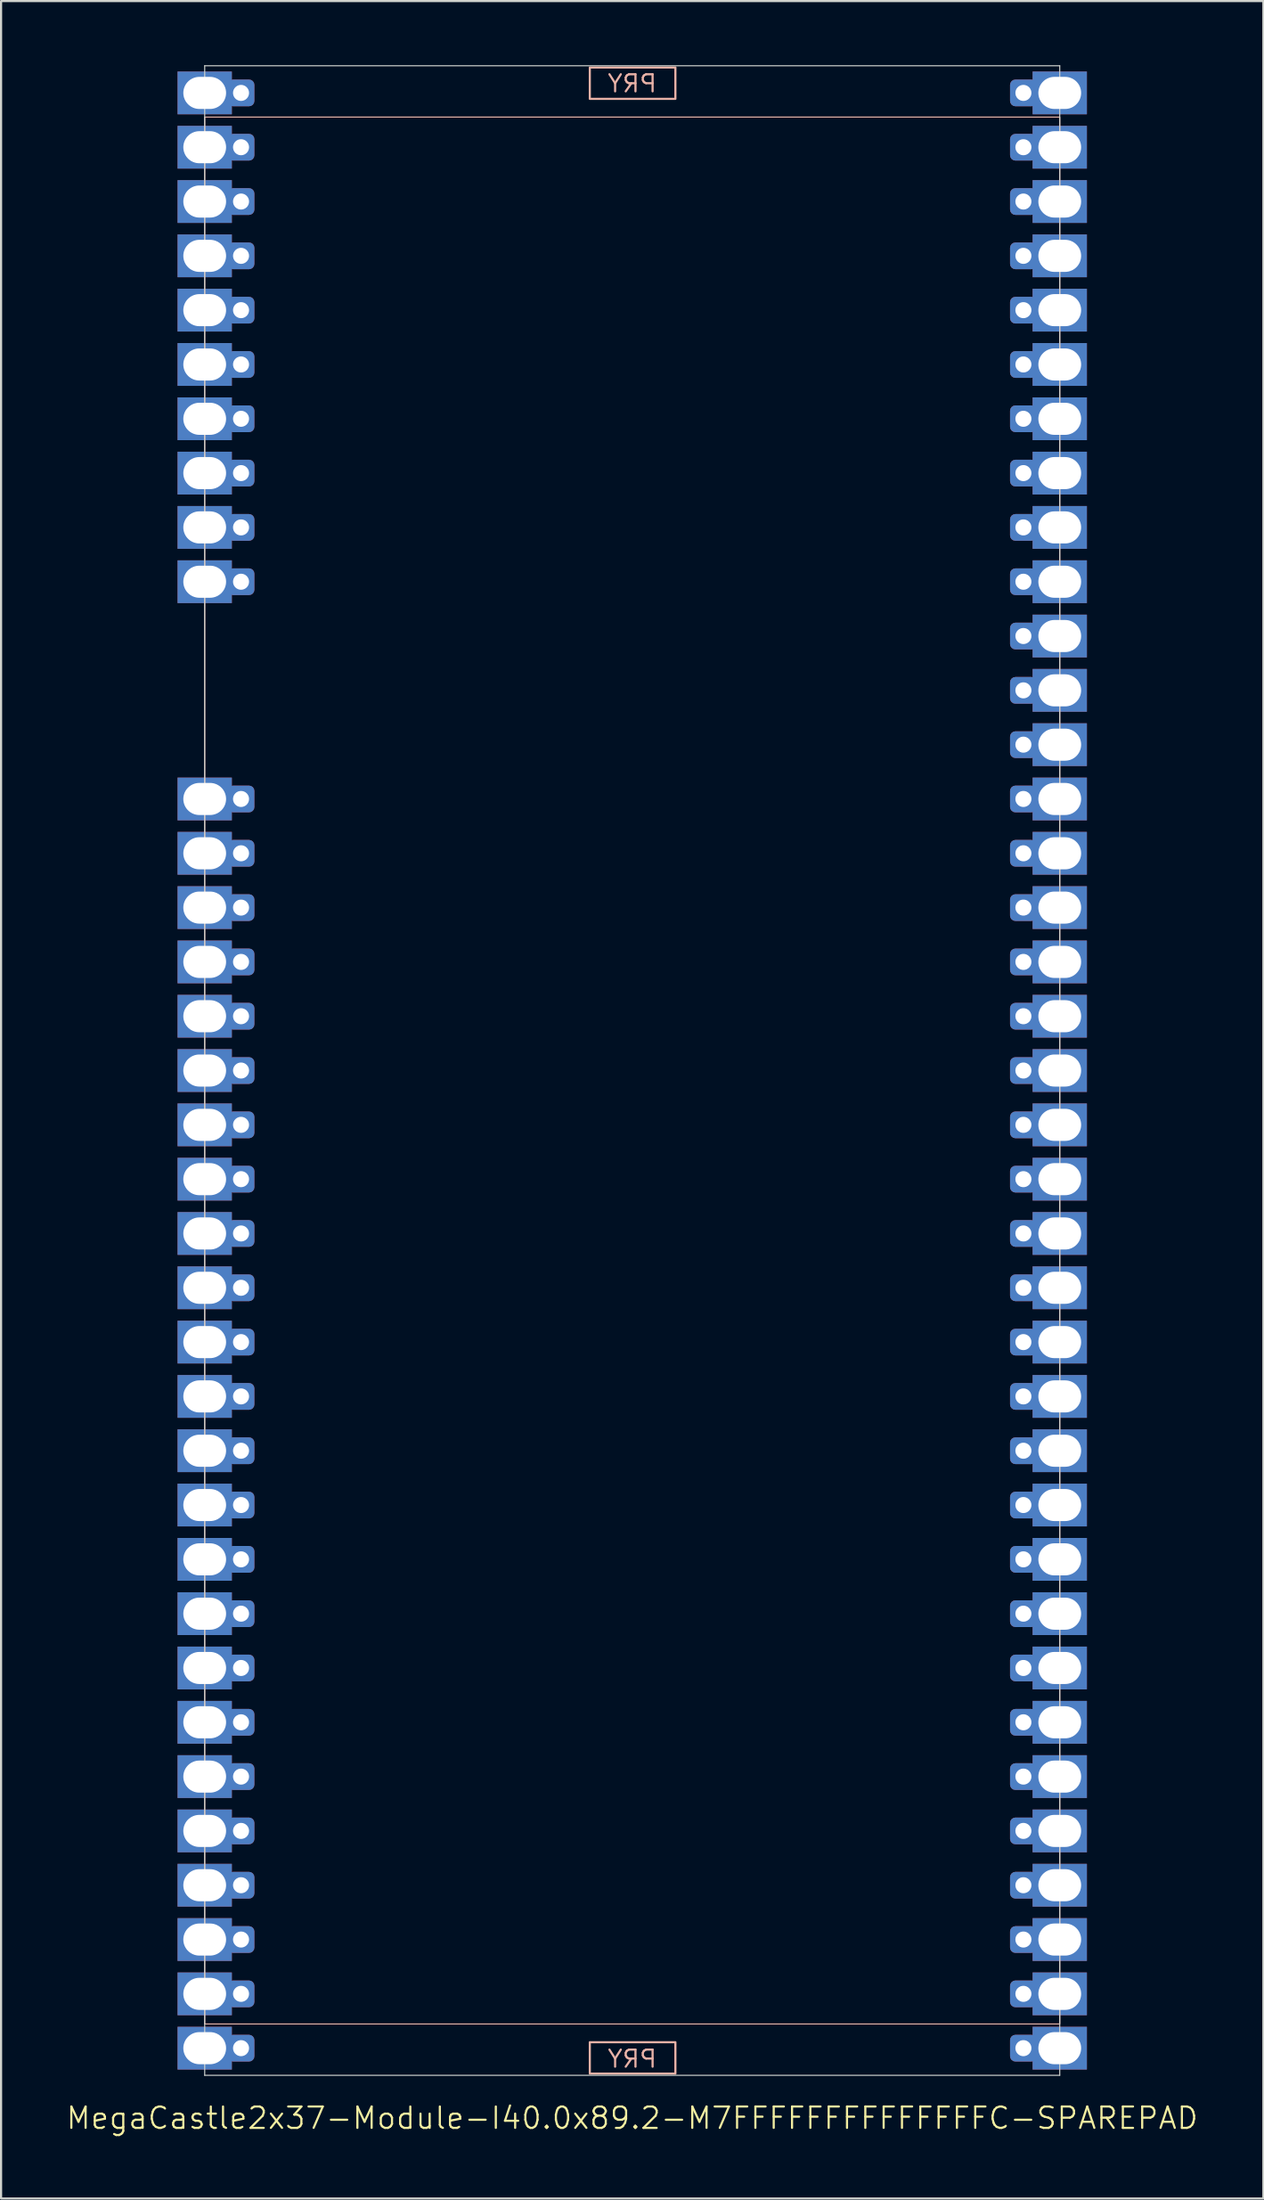
<source format=kicad_pcb>
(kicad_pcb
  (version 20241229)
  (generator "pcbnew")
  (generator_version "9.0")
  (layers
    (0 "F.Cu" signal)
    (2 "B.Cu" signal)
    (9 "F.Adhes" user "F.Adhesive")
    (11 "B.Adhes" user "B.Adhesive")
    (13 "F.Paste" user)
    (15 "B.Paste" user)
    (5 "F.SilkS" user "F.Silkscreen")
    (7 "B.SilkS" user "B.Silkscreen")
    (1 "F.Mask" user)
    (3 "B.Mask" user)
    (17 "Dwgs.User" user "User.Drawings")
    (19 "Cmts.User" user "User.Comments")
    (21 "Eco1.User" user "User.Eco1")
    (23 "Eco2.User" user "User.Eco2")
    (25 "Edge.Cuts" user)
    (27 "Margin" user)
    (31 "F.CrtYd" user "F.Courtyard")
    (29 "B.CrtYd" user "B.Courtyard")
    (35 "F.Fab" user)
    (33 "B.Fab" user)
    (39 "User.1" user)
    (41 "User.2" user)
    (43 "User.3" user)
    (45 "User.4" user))
  (footprint "MegaCastle2x37-Module-I40.0x89.2-M7FFFFFFFFFFFFFFC-SPAREPAD"
    (layer "F.Cu")
    (at 26.526 47.015)
    (property "Reference" "MegaCastle2x37-Module-I40.0x89.2-M7FFFFFFFFFFFFFFC-SPAREPAD" (at 0 48.99 0) (unlocked yes) (layer "F.SilkS") (effects (font (size 1 1) (thickness 0.1))))
    (attr smd)
    (fp_rect (start -20 44.59) (end 20 -44.59) (stroke (width 0.05) (type default)) (fill no) (layer "B.SilkS"))
    (fp_rect (start -1.984 -45.441) (end 2.02 -46.91) (stroke (width 0.1) (type default)) (fill no) (layer "B.SilkS"))
    (fp_rect (start -1.984 45.441) (end 2.02 46.91) (stroke (width 0.1) (type default)) (fill no) (layer "B.SilkS"))
    (fp_line (start -20 -46.99) (end -20 46.99) (stroke (width 0.05) (type default)) (layer "Edge.Cuts"))
    (fp_line (start -20 -46.99) (end 20 -46.99) (stroke (width 0.05) (type default)) (layer "Edge.Cuts"))
    (fp_line (start -20 46.99) (end 20 46.99) (stroke (width 0.05) (type default)) (layer "Edge.Cuts"))
    (fp_line (start 20 -46.99) (end 20 46.99) (stroke (width 0.05) (type default)) (layer "Edge.Cuts"))
    (fp_text user "PRY" (at 0 -45.69 0) (unlocked yes) (layer "B.SilkS") (effects (font (size 0.8 0.8) (thickness 0.1)) (justify bottom mirror)))
    (fp_text user "PRY" (at 0 46.69 0) (unlocked yes) (layer "B.SilkS") (effects (font (size 0.8 0.8) (thickness 0.1)) (justify bottom mirror)))
    (pad "1" thru_hole rect (at -20 -45.72) (size 2.54 2) (drill oval 2 1.5) (property pad_prop_castellated) (layers "*.Cu" "*.Mask"))
    (pad "1" thru_hole roundrect (at -18.3 -45.72 180) (size 1.25 1.25) (drill 0.75) (layers "*.Cu" "*.Mask") (roundrect_rratio 0.2))
    (pad "2" thru_hole rect (at -20 -43.18) (size 2.54 2) (drill oval 2 1.5) (property pad_prop_castellated) (layers "*.Cu" "*.Mask"))
    (pad "2" thru_hole roundrect (at -18.3 -43.18 180) (size 1.25 1.25) (drill 0.75) (layers "*.Cu" "*.Mask") (roundrect_rratio 0.2))
    (pad "3" thru_hole rect (at -20 -40.64) (size 2.54 2) (drill oval 2 1.5) (property pad_prop_castellated) (layers "*.Cu" "*.Mask"))
    (pad "3" thru_hole roundrect (at -18.3 -40.64 180) (size 1.25 1.25) (drill 0.75) (layers "*.Cu" "*.Mask") (roundrect_rratio 0.2))
    (pad "4" thru_hole rect (at -20 -38.1) (size 2.54 2) (drill oval 2 1.5) (property pad_prop_castellated) (layers "*.Cu" "*.Mask"))
    (pad "4" thru_hole roundrect (at -18.3 -38.1 180) (size 1.25 1.25) (drill 0.75) (layers "*.Cu" "*.Mask") (roundrect_rratio 0.2))
    (pad "5" thru_hole rect (at -20 -35.56) (size 2.54 2) (drill oval 2 1.5) (property pad_prop_castellated) (layers "*.Cu" "*.Mask"))
    (pad "5" thru_hole roundrect (at -18.3 -35.56 180) (size 1.25 1.25) (drill 0.75) (layers "*.Cu" "*.Mask") (roundrect_rratio 0.2))
    (pad "6" thru_hole rect (at -20 -33.02) (size 2.54 2) (drill oval 2 1.5) (property pad_prop_castellated) (layers "*.Cu" "*.Mask"))
    (pad "6" thru_hole roundrect (at -18.3 -33.02 180) (size 1.25 1.25) (drill 0.75) (layers "*.Cu" "*.Mask") (roundrect_rratio 0.2))
    (pad "7" thru_hole rect (at -20 -30.48) (size 2.54 2) (drill oval 2 1.5) (property pad_prop_castellated) (layers "*.Cu" "*.Mask"))
    (pad "7" thru_hole roundrect (at -18.3 -30.48 180) (size 1.25 1.25) (drill 0.75) (layers "*.Cu" "*.Mask") (roundrect_rratio 0.2))
    (pad "8" thru_hole rect (at -20 -27.94) (size 2.54 2) (drill oval 2 1.5) (property pad_prop_castellated) (layers "*.Cu" "*.Mask"))
    (pad "8" thru_hole roundrect (at -18.3 -27.94 180) (size 1.25 1.25) (drill 0.75) (layers "*.Cu" "*.Mask") (roundrect_rratio 0.2))
    (pad "9" thru_hole rect (at -20 -25.4) (size 2.54 2) (drill oval 2 1.5) (property pad_prop_castellated) (layers "*.Cu" "*.Mask"))
    (pad "9" thru_hole roundrect (at -18.3 -25.4 180) (size 1.25 1.25) (drill 0.75) (layers "*.Cu" "*.Mask") (roundrect_rratio 0.2))
    (pad "10" thru_hole rect (at -20 -22.86) (size 2.54 2) (drill oval 2 1.5) (property pad_prop_castellated) (layers "*.Cu" "*.Mask"))
    (pad "10" thru_hole roundrect (at -18.3 -22.86 180) (size 1.25 1.25) (drill 0.75) (layers "*.Cu" "*.Mask") (roundrect_rratio 0.2))
    (pad "14" thru_hole rect (at -20 -12.7) (size 2.54 2) (drill oval 2 1.5) (property pad_prop_castellated) (layers "*.Cu" "*.Mask"))
    (pad "14" thru_hole roundrect (at -18.3 -12.7 180) (size 1.25 1.25) (drill 0.75) (layers "*.Cu" "*.Mask") (roundrect_rratio 0.2))
    (pad "15" thru_hole rect (at -20 -10.16) (size 2.54 2) (drill oval 2 1.5) (property pad_prop_castellated) (layers "*.Cu" "*.Mask"))
    (pad "15" thru_hole roundrect (at -18.3 -10.16 180) (size 1.25 1.25) (drill 0.75) (layers "*.Cu" "*.Mask") (roundrect_rratio 0.2))
    (pad "16" thru_hole rect (at -20 -7.62) (size 2.54 2) (drill oval 2 1.5) (property pad_prop_castellated) (layers "*.Cu" "*.Mask"))
    (pad "16" thru_hole roundrect (at -18.3 -7.62 180) (size 1.25 1.25) (drill 0.75) (layers "*.Cu" "*.Mask") (roundrect_rratio 0.2))
    (pad "17" thru_hole rect (at -20 -5.08) (size 2.54 2) (drill oval 2 1.5) (property pad_prop_castellated) (layers "*.Cu" "*.Mask"))
    (pad "17" thru_hole roundrect (at -18.3 -5.08 180) (size 1.25 1.25) (drill 0.75) (layers "*.Cu" "*.Mask") (roundrect_rratio 0.2))
    (pad "18" thru_hole rect (at -20 -2.54) (size 2.54 2) (drill oval 2 1.5) (property pad_prop_castellated) (layers "*.Cu" "*.Mask"))
    (pad "18" thru_hole roundrect (at -18.3 -2.54 180) (size 1.25 1.25) (drill 0.75) (layers "*.Cu" "*.Mask") (roundrect_rratio 0.2))
    (pad "19" thru_hole rect (at -20 0) (size 2.54 2) (drill oval 2 1.5) (property pad_prop_castellated) (layers "*.Cu" "*.Mask"))
    (pad "19" thru_hole roundrect (at -18.3 0 180) (size 1.25 1.25) (drill 0.75) (layers "*.Cu" "*.Mask") (roundrect_rratio 0.2))
    (pad "20" thru_hole rect (at -20 2.54) (size 2.54 2) (drill oval 2 1.5) (property pad_prop_castellated) (layers "*.Cu" "*.Mask"))
    (pad "20" thru_hole roundrect (at -18.3 2.54 180) (size 1.25 1.25) (drill 0.75) (layers "*.Cu" "*.Mask") (roundrect_rratio 0.2))
    (pad "21" thru_hole rect (at -20 5.08) (size 2.54 2) (drill oval 2 1.5) (property pad_prop_castellated) (layers "*.Cu" "*.Mask"))
    (pad "21" thru_hole roundrect (at -18.3 5.08 180) (size 1.25 1.25) (drill 0.75) (layers "*.Cu" "*.Mask") (roundrect_rratio 0.2))
    (pad "22" thru_hole rect (at -20 7.62) (size 2.54 2) (drill oval 2 1.5) (property pad_prop_castellated) (layers "*.Cu" "*.Mask"))
    (pad "22" thru_hole roundrect (at -18.3 7.62 180) (size 1.25 1.25) (drill 0.75) (layers "*.Cu" "*.Mask") (roundrect_rratio 0.2))
    (pad "23" thru_hole rect (at -20 10.16) (size 2.54 2) (drill oval 2 1.5) (property pad_prop_castellated) (layers "*.Cu" "*.Mask"))
    (pad "23" thru_hole roundrect (at -18.3 10.16 180) (size 1.25 1.25) (drill 0.75) (layers "*.Cu" "*.Mask") (roundrect_rratio 0.2))
    (pad "24" thru_hole rect (at -20 12.7) (size 2.54 2) (drill oval 2 1.5) (property pad_prop_castellated) (layers "*.Cu" "*.Mask"))
    (pad "24" thru_hole roundrect (at -18.3 12.7 180) (size 1.25 1.25) (drill 0.75) (layers "*.Cu" "*.Mask") (roundrect_rratio 0.2))
    (pad "25" thru_hole rect (at -20 15.24) (size 2.54 2) (drill oval 2 1.5) (property pad_prop_castellated) (layers "*.Cu" "*.Mask"))
    (pad "25" thru_hole roundrect (at -18.3 15.24 180) (size 1.25 1.25) (drill 0.75) (layers "*.Cu" "*.Mask") (roundrect_rratio 0.2))
    (pad "26" thru_hole rect (at -20 17.78) (size 2.54 2) (drill oval 2 1.5) (property pad_prop_castellated) (layers "*.Cu" "*.Mask"))
    (pad "26" thru_hole roundrect (at -18.3 17.78 180) (size 1.25 1.25) (drill 0.75) (layers "*.Cu" "*.Mask") (roundrect_rratio 0.2))
    (pad "27" thru_hole rect (at -20 20.32) (size 2.54 2) (drill oval 2 1.5) (property pad_prop_castellated) (layers "*.Cu" "*.Mask"))
    (pad "27" thru_hole roundrect (at -18.3 20.32 180) (size 1.25 1.25) (drill 0.75) (layers "*.Cu" "*.Mask") (roundrect_rratio 0.2))
    (pad "28" thru_hole rect (at -20 22.86) (size 2.54 2) (drill oval 2 1.5) (property pad_prop_castellated) (layers "*.Cu" "*.Mask"))
    (pad "28" thru_hole roundrect (at -18.3 22.86 180) (size 1.25 1.25) (drill 0.75) (layers "*.Cu" "*.Mask") (roundrect_rratio 0.2))
    (pad "29" thru_hole rect (at -20 25.4) (size 2.54 2) (drill oval 2 1.5) (property pad_prop_castellated) (layers "*.Cu" "*.Mask"))
    (pad "29" thru_hole roundrect (at -18.3 25.4 180) (size 1.25 1.25) (drill 0.75) (layers "*.Cu" "*.Mask") (roundrect_rratio 0.2))
    (pad "30" thru_hole rect (at -20 27.94) (size 2.54 2) (drill oval 2 1.5) (property pad_prop_castellated) (layers "*.Cu" "*.Mask"))
    (pad "30" thru_hole roundrect (at -18.3 27.94 180) (size 1.25 1.25) (drill 0.75) (layers "*.Cu" "*.Mask") (roundrect_rratio 0.2))
    (pad "31" thru_hole rect (at -20 30.48) (size 2.54 2) (drill oval 2 1.5) (property pad_prop_castellated) (layers "*.Cu" "*.Mask"))
    (pad "31" thru_hole roundrect (at -18.3 30.48 180) (size 1.25 1.25) (drill 0.75) (layers "*.Cu" "*.Mask") (roundrect_rratio 0.2))
    (pad "32" thru_hole rect (at -20 33.02) (size 2.54 2) (drill oval 2 1.5) (property pad_prop_castellated) (layers "*.Cu" "*.Mask"))
    (pad "32" thru_hole roundrect (at -18.3 33.02 180) (size 1.25 1.25) (drill 0.75) (layers "*.Cu" "*.Mask") (roundrect_rratio 0.2))
    (pad "33" thru_hole rect (at -20 35.56) (size 2.54 2) (drill oval 2 1.5) (property pad_prop_castellated) (layers "*.Cu" "*.Mask"))
    (pad "33" thru_hole roundrect (at -18.3 35.56 180) (size 1.25 1.25) (drill 0.75) (layers "*.Cu" "*.Mask") (roundrect_rratio 0.2))
    (pad "34" thru_hole rect (at -20 38.1) (size 2.54 2) (drill oval 2 1.5) (property pad_prop_castellated) (layers "*.Cu" "*.Mask"))
    (pad "34" thru_hole roundrect (at -18.3 38.1 180) (size 1.25 1.25) (drill 0.75) (layers "*.Cu" "*.Mask") (roundrect_rratio 0.2))
    (pad "35" thru_hole rect (at -20 40.64) (size 2.54 2) (drill oval 2 1.5) (property pad_prop_castellated) (layers "*.Cu" "*.Mask"))
    (pad "35" thru_hole roundrect (at -18.3 40.64 180) (size 1.25 1.25) (drill 0.75) (layers "*.Cu" "*.Mask") (roundrect_rratio 0.2))
    (pad "36" thru_hole rect (at -20 43.18) (size 2.54 2) (drill oval 2 1.5) (property pad_prop_castellated) (layers "*.Cu" "*.Mask"))
    (pad "36" thru_hole roundrect (at -18.3 43.18 180) (size 1.25 1.25) (drill 0.75) (layers "*.Cu" "*.Mask") (roundrect_rratio 0.2))
    (pad "37" thru_hole rect (at -20 45.72) (size 2.54 2) (drill oval 2 1.5) (property pad_prop_castellated) (layers "*.Cu" "*.Mask"))
    (pad "37" thru_hole roundrect (at -18.3 45.72 180) (size 1.25 1.25) (drill 0.75) (layers "*.Cu" "*.Mask") (roundrect_rratio 0.2))
    (pad "38" thru_hole roundrect (at 18.3 -45.72 180) (size 1.25 1.25) (drill 0.75) (layers "*.Cu" "*.Mask") (roundrect_rratio 0.2))
    (pad "38" thru_hole rect (at 20 -45.72) (size 2.54 2) (drill oval 2 1.5) (property pad_prop_castellated) (layers "*.Cu" "*.Mask"))
    (pad "39" thru_hole roundrect (at 18.3 -43.18 180) (size 1.25 1.25) (drill 0.75) (layers "*.Cu" "*.Mask") (roundrect_rratio 0.2))
    (pad "39" thru_hole rect (at 20 -43.18) (size 2.54 2) (drill oval 2 1.5) (property pad_prop_castellated) (layers "*.Cu" "*.Mask"))
    (pad "40" thru_hole roundrect (at 18.3 -40.64 180) (size 1.25 1.25) (drill 0.75) (layers "*.Cu" "*.Mask") (roundrect_rratio 0.2))
    (pad "40" thru_hole rect (at 20 -40.64) (size 2.54 2) (drill oval 2 1.5) (property pad_prop_castellated) (layers "*.Cu" "*.Mask"))
    (pad "41" thru_hole roundrect (at 18.3 -38.1 180) (size 1.25 1.25) (drill 0.75) (layers "*.Cu" "*.Mask") (roundrect_rratio 0.2))
    (pad "41" thru_hole rect (at 20 -38.1) (size 2.54 2) (drill oval 2 1.5) (property pad_prop_castellated) (layers "*.Cu" "*.Mask"))
    (pad "42" thru_hole roundrect (at 18.3 -35.56 180) (size 1.25 1.25) (drill 0.75) (layers "*.Cu" "*.Mask") (roundrect_rratio 0.2))
    (pad "42" thru_hole rect (at 20 -35.56) (size 2.54 2) (drill oval 2 1.5) (property pad_prop_castellated) (layers "*.Cu" "*.Mask"))
    (pad "43" thru_hole roundrect (at 18.3 -33.02 180) (size 1.25 1.25) (drill 0.75) (layers "*.Cu" "*.Mask") (roundrect_rratio 0.2))
    (pad "43" thru_hole rect (at 20 -33.02) (size 2.54 2) (drill oval 2 1.5) (property pad_prop_castellated) (layers "*.Cu" "*.Mask"))
    (pad "44" thru_hole roundrect (at 18.3 -30.48 180) (size 1.25 1.25) (drill 0.75) (layers "*.Cu" "*.Mask") (roundrect_rratio 0.2))
    (pad "44" thru_hole rect (at 20 -30.48) (size 2.54 2) (drill oval 2 1.5) (property pad_prop_castellated) (layers "*.Cu" "*.Mask"))
    (pad "45" thru_hole roundrect (at 18.3 -27.94 180) (size 1.25 1.25) (drill 0.75) (layers "*.Cu" "*.Mask") (roundrect_rratio 0.2))
    (pad "45" thru_hole rect (at 20 -27.94) (size 2.54 2) (drill oval 2 1.5) (property pad_prop_castellated) (layers "*.Cu" "*.Mask"))
    (pad "46" thru_hole roundrect (at 18.3 -25.4 180) (size 1.25 1.25) (drill 0.75) (layers "*.Cu" "*.Mask") (roundrect_rratio 0.2))
    (pad "46" thru_hole rect (at 20 -25.4) (size 2.54 2) (drill oval 2 1.5) (property pad_prop_castellated) (layers "*.Cu" "*.Mask"))
    (pad "47" thru_hole roundrect (at 18.3 -22.86 180) (size 1.25 1.25) (drill 0.75) (layers "*.Cu" "*.Mask") (roundrect_rratio 0.2))
    (pad "47" thru_hole rect (at 20 -22.86) (size 2.54 2) (drill oval 2 1.5) (property pad_prop_castellated) (layers "*.Cu" "*.Mask"))
    (pad "48" thru_hole roundrect (at 18.3 -20.32 180) (size 1.25 1.25) (drill 0.75) (layers "*.Cu" "*.Mask") (roundrect_rratio 0.2))
    (pad "48" thru_hole rect (at 20 -20.32) (size 2.54 2) (drill oval 2 1.5) (property pad_prop_castellated) (layers "*.Cu" "*.Mask"))
    (pad "49" thru_hole roundrect (at 18.3 -17.78 180) (size 1.25 1.25) (drill 0.75) (layers "*.Cu" "*.Mask") (roundrect_rratio 0.2))
    (pad "49" thru_hole rect (at 20 -17.78) (size 2.54 2) (drill oval 2 1.5) (property pad_prop_castellated) (layers "*.Cu" "*.Mask"))
    (pad "50" thru_hole roundrect (at 18.3 -15.24 180) (size 1.25 1.25) (drill 0.75) (layers "*.Cu" "*.Mask") (roundrect_rratio 0.2))
    (pad "50" thru_hole rect (at 20 -15.24) (size 2.54 2) (drill oval 2 1.5) (property pad_prop_castellated) (layers "*.Cu" "*.Mask"))
    (pad "51" thru_hole roundrect (at 18.3 -12.7 180) (size 1.25 1.25) (drill 0.75) (layers "*.Cu" "*.Mask") (roundrect_rratio 0.2))
    (pad "51" thru_hole rect (at 20 -12.7) (size 2.54 2) (drill oval 2 1.5) (property pad_prop_castellated) (layers "*.Cu" "*.Mask"))
    (pad "52" thru_hole roundrect (at 18.3 -10.16 180) (size 1.25 1.25) (drill 0.75) (layers "*.Cu" "*.Mask") (roundrect_rratio 0.2))
    (pad "52" thru_hole rect (at 20 -10.16) (size 2.54 2) (drill oval 2 1.5) (property pad_prop_castellated) (layers "*.Cu" "*.Mask"))
    (pad "53" thru_hole roundrect (at 18.3 -7.62 180) (size 1.25 1.25) (drill 0.75) (layers "*.Cu" "*.Mask") (roundrect_rratio 0.2))
    (pad "53" thru_hole rect (at 20 -7.62) (size 2.54 2) (drill oval 2 1.5) (property pad_prop_castellated) (layers "*.Cu" "*.Mask"))
    (pad "54" thru_hole roundrect (at 18.3 -5.08 180) (size 1.25 1.25) (drill 0.75) (layers "*.Cu" "*.Mask") (roundrect_rratio 0.2))
    (pad "54" thru_hole rect (at 20 -5.08) (size 2.54 2) (drill oval 2 1.5) (property pad_prop_castellated) (layers "*.Cu" "*.Mask"))
    (pad "55" thru_hole roundrect (at 18.3 -2.54 180) (size 1.25 1.25) (drill 0.75) (layers "*.Cu" "*.Mask") (roundrect_rratio 0.2))
    (pad "55" thru_hole rect (at 20 -2.54) (size 2.54 2) (drill oval 2 1.5) (property pad_prop_castellated) (layers "*.Cu" "*.Mask"))
    (pad "56" thru_hole roundrect (at 18.3 0 180) (size 1.25 1.25) (drill 0.75) (layers "*.Cu" "*.Mask") (roundrect_rratio 0.2))
    (pad "56" thru_hole rect (at 20 0) (size 2.54 2) (drill oval 2 1.5) (property pad_prop_castellated) (layers "*.Cu" "*.Mask"))
    (pad "57" thru_hole roundrect (at 18.3 2.54 180) (size 1.25 1.25) (drill 0.75) (layers "*.Cu" "*.Mask") (roundrect_rratio 0.2))
    (pad "57" thru_hole rect (at 20 2.54) (size 2.54 2) (drill oval 2 1.5) (property pad_prop_castellated) (layers "*.Cu" "*.Mask"))
    (pad "58" thru_hole roundrect (at 18.3 5.08 180) (size 1.25 1.25) (drill 0.75) (layers "*.Cu" "*.Mask") (roundrect_rratio 0.2))
    (pad "58" thru_hole rect (at 20 5.08) (size 2.54 2) (drill oval 2 1.5) (property pad_prop_castellated) (layers "*.Cu" "*.Mask"))
    (pad "59" thru_hole roundrect (at 18.3 7.62 180) (size 1.25 1.25) (drill 0.75) (layers "*.Cu" "*.Mask") (roundrect_rratio 0.2))
    (pad "59" thru_hole rect (at 20 7.62) (size 2.54 2) (drill oval 2 1.5) (property pad_prop_castellated) (layers "*.Cu" "*.Mask"))
    (pad "60" thru_hole roundrect (at 18.3 10.16 180) (size 1.25 1.25) (drill 0.75) (layers "*.Cu" "*.Mask") (roundrect_rratio 0.2))
    (pad "60" thru_hole rect (at 20 10.16) (size 2.54 2) (drill oval 2 1.5) (property pad_prop_castellated) (layers "*.Cu" "*.Mask"))
    (pad "61" thru_hole roundrect (at 18.3 12.7 180) (size 1.25 1.25) (drill 0.75) (layers "*.Cu" "*.Mask") (roundrect_rratio 0.2))
    (pad "61" thru_hole rect (at 20 12.7) (size 2.54 2) (drill oval 2 1.5) (property pad_prop_castellated) (layers "*.Cu" "*.Mask"))
    (pad "62" thru_hole roundrect (at 18.3 15.24 180) (size 1.25 1.25) (drill 0.75) (layers "*.Cu" "*.Mask") (roundrect_rratio 0.2))
    (pad "62" thru_hole rect (at 20 15.24) (size 2.54 2) (drill oval 2 1.5) (property pad_prop_castellated) (layers "*.Cu" "*.Mask"))
    (pad "63" thru_hole roundrect (at 18.3 17.78 180) (size 1.25 1.25) (drill 0.75) (layers "*.Cu" "*.Mask") (roundrect_rratio 0.2))
    (pad "63" thru_hole rect (at 20 17.78) (size 2.54 2) (drill oval 2 1.5) (property pad_prop_castellated) (layers "*.Cu" "*.Mask"))
    (pad "64" thru_hole roundrect (at 18.3 20.32 180) (size 1.25 1.25) (drill 0.75) (layers "*.Cu" "*.Mask") (roundrect_rratio 0.2))
    (pad "64" thru_hole rect (at 20 20.32) (size 2.54 2) (drill oval 2 1.5) (property pad_prop_castellated) (layers "*.Cu" "*.Mask"))
    (pad "65" thru_hole roundrect (at 18.3 22.86 180) (size 1.25 1.25) (drill 0.75) (layers "*.Cu" "*.Mask") (roundrect_rratio 0.2))
    (pad "65" thru_hole rect (at 20 22.86) (size 2.54 2) (drill oval 2 1.5) (property pad_prop_castellated) (layers "*.Cu" "*.Mask"))
    (pad "66" thru_hole roundrect (at 18.3 25.4 180) (size 1.25 1.25) (drill 0.75) (layers "*.Cu" "*.Mask") (roundrect_rratio 0.2))
    (pad "66" thru_hole rect (at 20 25.4) (size 2.54 2) (drill oval 2 1.5) (property pad_prop_castellated) (layers "*.Cu" "*.Mask"))
    (pad "67" thru_hole roundrect (at 18.3 27.94 180) (size 1.25 1.25) (drill 0.75) (layers "*.Cu" "*.Mask") (roundrect_rratio 0.2))
    (pad "67" thru_hole rect (at 20 27.94) (size 2.54 2) (drill oval 2 1.5) (property pad_prop_castellated) (layers "*.Cu" "*.Mask"))
    (pad "68" thru_hole roundrect (at 18.3 30.48 180) (size 1.25 1.25) (drill 0.75) (layers "*.Cu" "*.Mask") (roundrect_rratio 0.2))
    (pad "68" thru_hole rect (at 20 30.48) (size 2.54 2) (drill oval 2 1.5) (property pad_prop_castellated) (layers "*.Cu" "*.Mask"))
    (pad "69" thru_hole roundrect (at 18.3 33.02 180) (size 1.25 1.25) (drill 0.75) (layers "*.Cu" "*.Mask") (roundrect_rratio 0.2))
    (pad "69" thru_hole rect (at 20 33.02) (size 2.54 2) (drill oval 2 1.5) (property pad_prop_castellated) (layers "*.Cu" "*.Mask"))
    (pad "70" thru_hole roundrect (at 18.3 35.56 180) (size 1.25 1.25) (drill 0.75) (layers "*.Cu" "*.Mask") (roundrect_rratio 0.2))
    (pad "70" thru_hole rect (at 20 35.56) (size 2.54 2) (drill oval 2 1.5) (property pad_prop_castellated) (layers "*.Cu" "*.Mask"))
    (pad "71" thru_hole roundrect (at 18.3 38.1 180) (size 1.25 1.25) (drill 0.75) (layers "*.Cu" "*.Mask") (roundrect_rratio 0.2))
    (pad "71" thru_hole rect (at 20 38.1) (size 2.54 2) (drill oval 2 1.5) (property pad_prop_castellated) (layers "*.Cu" "*.Mask"))
    (pad "72" thru_hole roundrect (at 18.3 40.64 180) (size 1.25 1.25) (drill 0.75) (layers "*.Cu" "*.Mask") (roundrect_rratio 0.2))
    (pad "72" thru_hole rect (at 20 40.64) (size 2.54 2) (drill oval 2 1.5) (property pad_prop_castellated) (layers "*.Cu" "*.Mask"))
    (pad "73" thru_hole roundrect (at 18.3 43.18 180) (size 1.25 1.25) (drill 0.75) (layers "*.Cu" "*.Mask") (roundrect_rratio 0.2))
    (pad "73" thru_hole rect (at 20 43.18) (size 2.54 2) (drill oval 2 1.5) (property pad_prop_castellated) (layers "*.Cu" "*.Mask"))
    (pad "74" thru_hole roundrect (at 18.3 45.72 180) (size 1.25 1.25) (drill 0.75) (layers "*.Cu" "*.Mask") (roundrect_rratio 0.2))
    (pad "74" thru_hole rect (at 20 45.72) (size 2.54 2) (drill oval 2 1.5) (property pad_prop_castellated) (layers "*.Cu" "*.Mask"))
    (zone (net_name "") (layer "B.Cu") (hatch edge 0.5) (connect_pads) (min_thickness 0.25) (filled_areas_thickness no) (keepout (tracks allowed) (vias allowed) (pads allowed) (copperpour allowed) (footprints not_allowed)) (placement (enabled no)) (fill) (polygon (pts (xy 6.526 94.005) (xy 6.526 0.025))))
    (zone (net_name "") (layer "B.Cu") (hatch edge 0.5) (connect_pads) (min_thickness 0.25) (filled_areas_thickness no) (keepout (tracks allowed) (vias allowed) (pads allowed) (copperpour allowed) (footprints not_allowed)) (placement (enabled no)) (fill) (polygon (pts (xy 46.526 94.005) (xy 46.526 0.025))))
    (zone (net_name "") (layer "B.Cu") (hatch edge 0.5) (connect_pads) (min_thickness 0.25) (filled_areas_thickness no) (keepout (tracks allowed) (vias allowed) (pads allowed) (copperpour allowed) (footprints not_allowed)) (placement (enabled no)) (fill) (polygon (pts (xy 6.526 0.025) (xy 6.526 2.425) (xy 46.526 2.425) (xy 46.526 0.025))))
    (zone (net_name "") (layer "B.Cu") (hatch edge 0.5) (connect_pads) (min_thickness 0.25) (filled_areas_thickness no) (keepout (tracks allowed) (vias allowed) (pads allowed) (copperpour allowed) (footprints not_allowed)) (placement (enabled no)) (fill) (polygon (pts (xy 6.526 94.005) (xy 6.526 91.605) (xy 46.526 91.605) (xy 46.526 94.005))))
    (zone (net_name "") (layer "B.Cu") (name "Upper Pry Zone") (hatch edge 0.5) (connect_pads) (min_thickness 0.25) (filled_areas_thickness no) (keepout (tracks not_allowed) (vias not_allowed) (pads not_allowed) (copperpour allowed) (footprints not_allowed)) (placement (enabled no)) (fill) (polygon (pts (xy 24.542 1.574) (xy 24.542 0.105) (xy 28.546 0.105) (xy 28.546 1.574))))
    (zone (net_name "") (layer "B.Cu") (name "Upper Pry Zone") (hatch edge 0.5) (connect_pads) (min_thickness 0.25) (filled_areas_thickness no) (keepout (tracks not_allowed) (vias not_allowed) (pads not_allowed) (copperpour allowed) (footprints not_allowed)) (placement (enabled no)) (fill) (polygon (pts (xy 24.542 92.456) (xy 24.542 93.925) (xy 28.546 93.925) (xy 28.546 92.456)))))
  (gr_rect
    (start -3 -3)
    (end 56.052 99.766)
    (stroke (width 0.1) (type default))
    (fill no)
    (layer "Edge.Cuts")))
</source>
